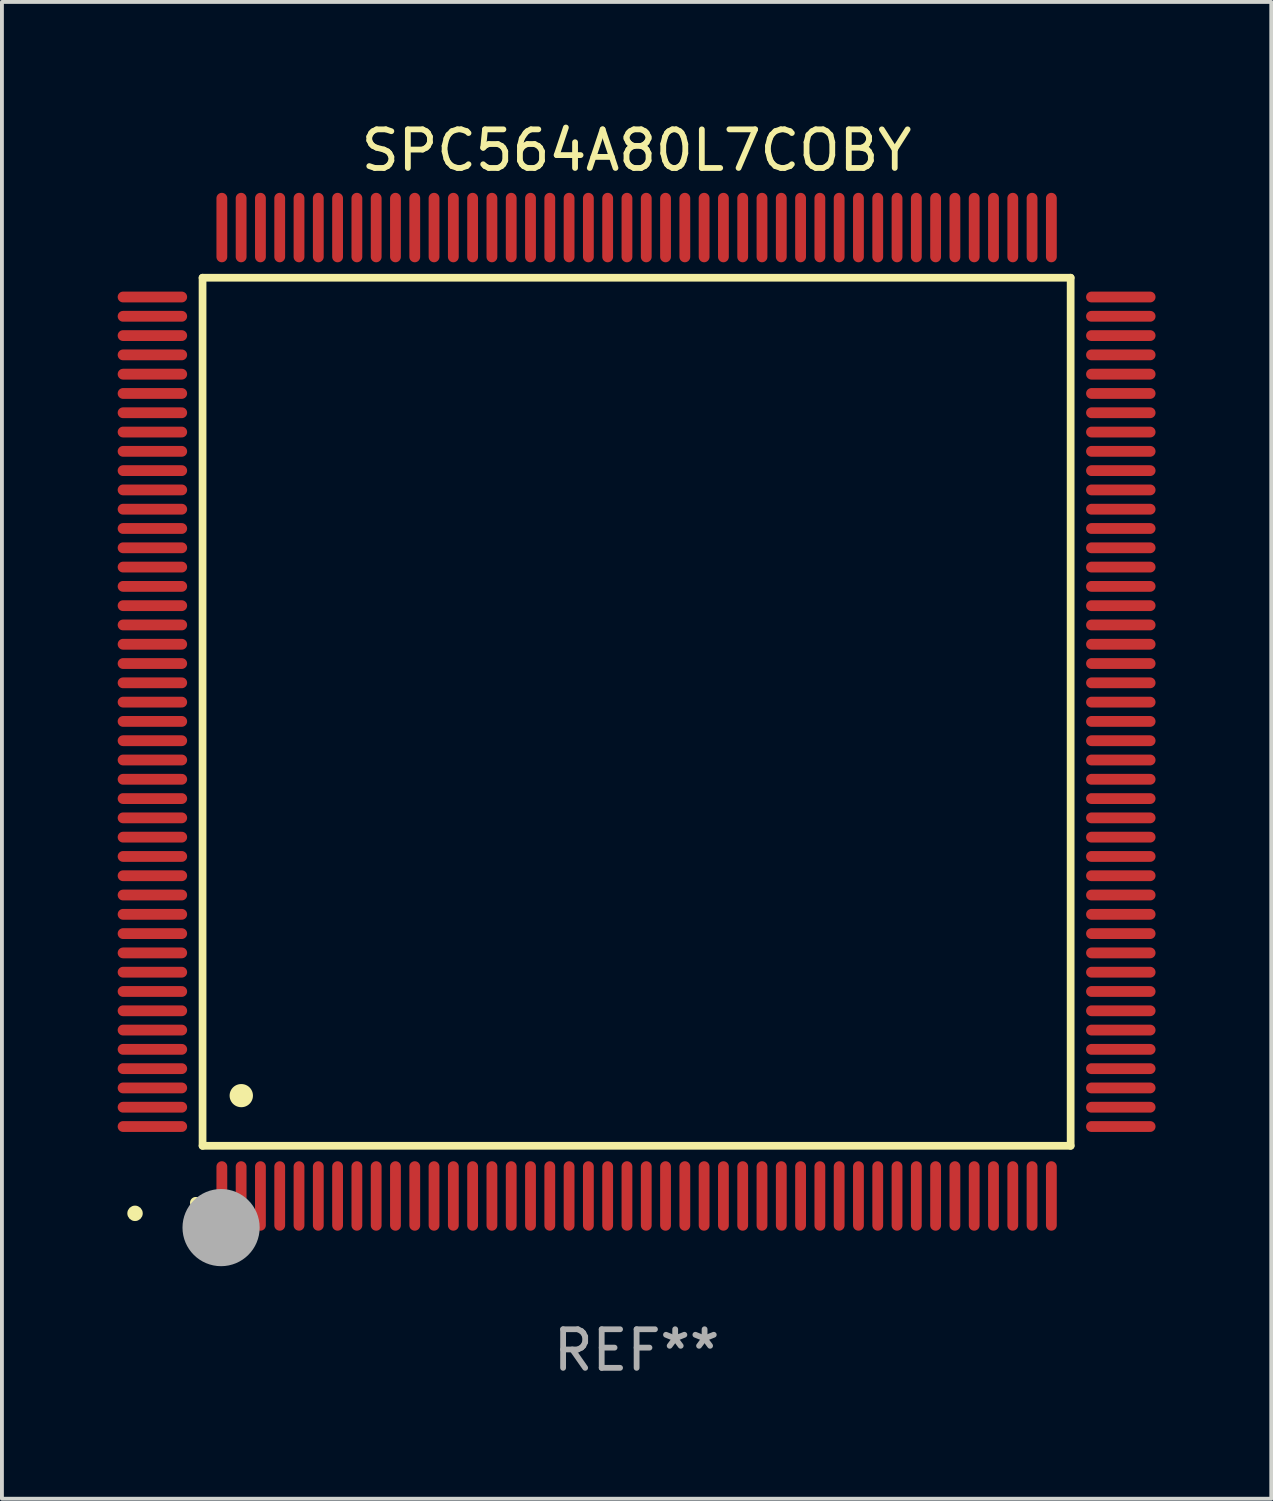
<source format=kicad_pcb>
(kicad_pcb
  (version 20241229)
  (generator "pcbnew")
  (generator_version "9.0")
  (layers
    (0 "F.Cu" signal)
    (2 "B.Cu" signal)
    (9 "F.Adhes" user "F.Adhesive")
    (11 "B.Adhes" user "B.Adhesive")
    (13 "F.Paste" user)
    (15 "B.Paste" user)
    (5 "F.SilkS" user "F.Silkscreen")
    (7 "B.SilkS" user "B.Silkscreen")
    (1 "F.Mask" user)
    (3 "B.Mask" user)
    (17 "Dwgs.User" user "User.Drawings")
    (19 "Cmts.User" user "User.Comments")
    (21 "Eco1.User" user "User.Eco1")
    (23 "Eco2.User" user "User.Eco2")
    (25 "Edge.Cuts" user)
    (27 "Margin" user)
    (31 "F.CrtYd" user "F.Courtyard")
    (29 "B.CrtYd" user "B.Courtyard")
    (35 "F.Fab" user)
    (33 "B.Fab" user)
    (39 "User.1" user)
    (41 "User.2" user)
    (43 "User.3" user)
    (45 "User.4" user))
  (footprint "SPC564A80L7COBY"
    (layer "F.Cu")
    (at 13.45 15.398)
    (property "Reference" "SPC564A80L7COBY" (at 0 -14.55 0) (layer "F.SilkS") (effects (font (size 1 1) (thickness 0.15))))
    (attr through_hole)
    (fp_line (start -11.25 -11.25) (end 11.25 -11.25) (stroke (width 0.2) (type solid)) (layer "F.SilkS"))
    (fp_line (start -11.25 11.25) (end -11.25 -11.25) (stroke (width 0.2) (type solid)) (layer "F.SilkS"))
    (fp_line (start 11.25 -11.25) (end 11.25 11.25) (stroke (width 0.2) (type solid)) (layer "F.SilkS"))
    (fp_line (start 11.25 11.25) (end -11.25 11.25) (stroke (width 0.2) (type solid)) (layer "F.SilkS"))
    (fp_arc (start -11.424943 12.725425) (mid -11.423673 12.72542) (end -11.422403 12.725425) (stroke (width 0.3) (type solid)) (layer "F.SilkS"))
    (fp_arc (start -10.24892 9.9492) (mid -10.24638 9.949189) (end -10.24384 9.9492) (stroke (width 0.6) (type solid)) (layer "F.SilkS"))
    (fp_circle (center -13 13) (end -12.9 13) (stroke (width 0.2) (type solid)) (fill no) (layer "F.SilkS"))
    (fp_circle (center -10.77 13.37) (end -10.27 13.37) (stroke (width 1) (type solid)) (fill no) (layer "F.Fab"))
    (fp_text user "REF**" (at 0 16.55 0) (layer "F.Fab") (effects (font (size 1 1) (thickness 0.15))))
    (pad "1" smd oval (at -10.75 12.55) (size 0.28 1.8) (layers "F.Cu" "F.Mask" "F.Paste"))
    (pad "2" smd oval (at -10.25 12.55) (size 0.28 1.8) (layers "F.Cu" "F.Mask" "F.Paste"))
    (pad "3" smd oval (at -9.75 12.55) (size 0.28 1.8) (layers "F.Cu" "F.Mask" "F.Paste"))
    (pad "4" smd oval (at -9.25 12.55) (size 0.28 1.8) (layers "F.Cu" "F.Mask" "F.Paste"))
    (pad "5" smd oval (at -8.75 12.55) (size 0.28 1.8) (layers "F.Cu" "F.Mask" "F.Paste"))
    (pad "6" smd oval (at -8.25 12.55) (size 0.28 1.8) (layers "F.Cu" "F.Mask" "F.Paste"))
    (pad "7" smd oval (at -7.75 12.55) (size 0.28 1.8) (layers "F.Cu" "F.Mask" "F.Paste"))
    (pad "8" smd oval (at -7.25 12.55) (size 0.28 1.8) (layers "F.Cu" "F.Mask" "F.Paste"))
    (pad "9" smd oval (at -6.75 12.55) (size 0.28 1.8) (layers "F.Cu" "F.Mask" "F.Paste"))
    (pad "10" smd oval (at -6.25 12.55) (size 0.28 1.8) (layers "F.Cu" "F.Mask" "F.Paste"))
    (pad "11" smd oval (at -5.75 12.55) (size 0.28 1.8) (layers "F.Cu" "F.Mask" "F.Paste"))
    (pad "12" smd oval (at -5.25 12.55) (size 0.28 1.8) (layers "F.Cu" "F.Mask" "F.Paste"))
    (pad "13" smd oval (at -4.75 12.55) (size 0.28 1.8) (layers "F.Cu" "F.Mask" "F.Paste"))
    (pad "14" smd oval (at -4.25 12.55) (size 0.28 1.8) (layers "F.Cu" "F.Mask" "F.Paste"))
    (pad "15" smd oval (at -3.75 12.55) (size 0.28 1.8) (layers "F.Cu" "F.Mask" "F.Paste"))
    (pad "16" smd oval (at -3.25 12.55) (size 0.28 1.8) (layers "F.Cu" "F.Mask" "F.Paste"))
    (pad "17" smd oval (at -2.75 12.55) (size 0.28 1.8) (layers "F.Cu" "F.Mask" "F.Paste"))
    (pad "18" smd oval (at -2.25 12.55) (size 0.28 1.8) (layers "F.Cu" "F.Mask" "F.Paste"))
    (pad "19" smd oval (at -1.75 12.55) (size 0.28 1.8) (layers "F.Cu" "F.Mask" "F.Paste"))
    (pad "20" smd oval (at -1.25 12.55) (size 0.28 1.8) (layers "F.Cu" "F.Mask" "F.Paste"))
    (pad "21" smd oval (at -0.75 12.55) (size 0.28 1.8) (layers "F.Cu" "F.Mask" "F.Paste"))
    (pad "22" smd oval (at -0.25 12.55) (size 0.28 1.8) (layers "F.Cu" "F.Mask" "F.Paste"))
    (pad "23" smd oval (at 0.25 12.55) (size 0.28 1.8) (layers "F.Cu" "F.Mask" "F.Paste"))
    (pad "24" smd oval (at 0.75 12.55) (size 0.28 1.8) (layers "F.Cu" "F.Mask" "F.Paste"))
    (pad "25" smd oval (at 1.25 12.55) (size 0.28 1.8) (layers "F.Cu" "F.Mask" "F.Paste"))
    (pad "26" smd oval (at 1.75 12.55) (size 0.28 1.8) (layers "F.Cu" "F.Mask" "F.Paste"))
    (pad "27" smd oval (at 2.25 12.55) (size 0.28 1.8) (layers "F.Cu" "F.Mask" "F.Paste"))
    (pad "28" smd oval (at 2.75 12.55) (size 0.28 1.8) (layers "F.Cu" "F.Mask" "F.Paste"))
    (pad "29" smd oval (at 3.25 12.55) (size 0.28 1.8) (layers "F.Cu" "F.Mask" "F.Paste"))
    (pad "30" smd oval (at 3.75 12.55) (size 0.28 1.8) (layers "F.Cu" "F.Mask" "F.Paste"))
    (pad "31" smd oval (at 4.25 12.55) (size 0.28 1.8) (layers "F.Cu" "F.Mask" "F.Paste"))
    (pad "32" smd oval (at 4.75 12.55) (size 0.28 1.8) (layers "F.Cu" "F.Mask" "F.Paste"))
    (pad "33" smd oval (at 5.25 12.55) (size 0.28 1.8) (layers "F.Cu" "F.Mask" "F.Paste"))
    (pad "34" smd oval (at 5.75 12.55) (size 0.28 1.8) (layers "F.Cu" "F.Mask" "F.Paste"))
    (pad "35" smd oval (at 6.25 12.55) (size 0.28 1.8) (layers "F.Cu" "F.Mask" "F.Paste"))
    (pad "36" smd oval (at 6.75 12.55) (size 0.28 1.8) (layers "F.Cu" "F.Mask" "F.Paste"))
    (pad "37" smd oval (at 7.25 12.55) (size 0.28 1.8) (layers "F.Cu" "F.Mask" "F.Paste"))
    (pad "38" smd oval (at 7.75 12.55) (size 0.28 1.8) (layers "F.Cu" "F.Mask" "F.Paste"))
    (pad "39" smd oval (at 8.25 12.55) (size 0.28 1.8) (layers "F.Cu" "F.Mask" "F.Paste"))
    (pad "40" smd oval (at 8.75 12.55) (size 0.28 1.8) (layers "F.Cu" "F.Mask" "F.Paste"))
    (pad "41" smd oval (at 9.25 12.55) (size 0.28 1.8) (layers "F.Cu" "F.Mask" "F.Paste"))
    (pad "42" smd oval (at 9.75 12.55) (size 0.28 1.8) (layers "F.Cu" "F.Mask" "F.Paste"))
    (pad "43" smd oval (at 10.25 12.55) (size 0.28 1.8) (layers "F.Cu" "F.Mask" "F.Paste"))
    (pad "44" smd oval (at 10.75 12.55) (size 0.28 1.8) (layers "F.Cu" "F.Mask" "F.Paste"))
    (pad "45" smd oval (at 12.55 10.75) (size 1.8 0.28) (layers "F.Cu" "F.Mask" "F.Paste"))
    (pad "46" smd oval (at 12.55 10.25) (size 1.8 0.28) (layers "F.Cu" "F.Mask" "F.Paste"))
    (pad "47" smd oval (at 12.55 9.75) (size 1.8 0.28) (layers "F.Cu" "F.Mask" "F.Paste"))
    (pad "48" smd oval (at 12.55 9.25) (size 1.8 0.28) (layers "F.Cu" "F.Mask" "F.Paste"))
    (pad "49" smd oval (at 12.55 8.75) (size 1.8 0.28) (layers "F.Cu" "F.Mask" "F.Paste"))
    (pad "50" smd oval (at 12.55 8.25) (size 1.8 0.28) (layers "F.Cu" "F.Mask" "F.Paste"))
    (pad "51" smd oval (at 12.55 7.75) (size 1.8 0.28) (layers "F.Cu" "F.Mask" "F.Paste"))
    (pad "52" smd oval (at 12.55 7.25) (size 1.8 0.28) (layers "F.Cu" "F.Mask" "F.Paste"))
    (pad "53" smd oval (at 12.55 6.75) (size 1.8 0.28) (layers "F.Cu" "F.Mask" "F.Paste"))
    (pad "54" smd oval (at 12.55 6.25) (size 1.8 0.28) (layers "F.Cu" "F.Mask" "F.Paste"))
    (pad "55" smd oval (at 12.55 5.75) (size 1.8 0.28) (layers "F.Cu" "F.Mask" "F.Paste"))
    (pad "56" smd oval (at 12.55 5.25) (size 1.8 0.28) (layers "F.Cu" "F.Mask" "F.Paste"))
    (pad "57" smd oval (at 12.55 4.75) (size 1.8 0.28) (layers "F.Cu" "F.Mask" "F.Paste"))
    (pad "58" smd oval (at 12.55 4.25) (size 1.8 0.28) (layers "F.Cu" "F.Mask" "F.Paste"))
    (pad "59" smd oval (at 12.55 3.75) (size 1.8 0.28) (layers "F.Cu" "F.Mask" "F.Paste"))
    (pad "60" smd oval (at 12.55 3.25) (size 1.8 0.28) (layers "F.Cu" "F.Mask" "F.Paste"))
    (pad "61" smd oval (at 12.55 2.75) (size 1.8 0.28) (layers "F.Cu" "F.Mask" "F.Paste"))
    (pad "62" smd oval (at 12.55 2.25) (size 1.8 0.28) (layers "F.Cu" "F.Mask" "F.Paste"))
    (pad "63" smd oval (at 12.55 1.75) (size 1.8 0.28) (layers "F.Cu" "F.Mask" "F.Paste"))
    (pad "64" smd oval (at 12.55 1.25) (size 1.8 0.28) (layers "F.Cu" "F.Mask" "F.Paste"))
    (pad "65" smd oval (at 12.55 0.75) (size 1.8 0.28) (layers "F.Cu" "F.Mask" "F.Paste"))
    (pad "66" smd oval (at 12.55 0.25) (size 1.8 0.28) (layers "F.Cu" "F.Mask" "F.Paste"))
    (pad "67" smd oval (at 12.55 -0.25) (size 1.8 0.28) (layers "F.Cu" "F.Mask" "F.Paste"))
    (pad "68" smd oval (at 12.55 -0.75) (size 1.8 0.28) (layers "F.Cu" "F.Mask" "F.Paste"))
    (pad "69" smd oval (at 12.55 -1.25) (size 1.8 0.28) (layers "F.Cu" "F.Mask" "F.Paste"))
    (pad "70" smd oval (at 12.55 -1.75) (size 1.8 0.28) (layers "F.Cu" "F.Mask" "F.Paste"))
    (pad "71" smd oval (at 12.55 -2.25) (size 1.8 0.28) (layers "F.Cu" "F.Mask" "F.Paste"))
    (pad "72" smd oval (at 12.55 -2.75) (size 1.8 0.28) (layers "F.Cu" "F.Mask" "F.Paste"))
    (pad "73" smd oval (at 12.55 -3.25) (size 1.8 0.28) (layers "F.Cu" "F.Mask" "F.Paste"))
    (pad "74" smd oval (at 12.55 -3.75) (size 1.8 0.28) (layers "F.Cu" "F.Mask" "F.Paste"))
    (pad "75" smd oval (at 12.55 -4.25) (size 1.8 0.28) (layers "F.Cu" "F.Mask" "F.Paste"))
    (pad "76" smd oval (at 12.55 -4.75) (size 1.8 0.28) (layers "F.Cu" "F.Mask" "F.Paste"))
    (pad "77" smd oval (at 12.55 -5.25) (size 1.8 0.28) (layers "F.Cu" "F.Mask" "F.Paste"))
    (pad "78" smd oval (at 12.55 -5.75) (size 1.8 0.28) (layers "F.Cu" "F.Mask" "F.Paste"))
    (pad "79" smd oval (at 12.55 -6.25) (size 1.8 0.28) (layers "F.Cu" "F.Mask" "F.Paste"))
    (pad "80" smd oval (at 12.55 -6.75) (size 1.8 0.28) (layers "F.Cu" "F.Mask" "F.Paste"))
    (pad "81" smd oval (at 12.55 -7.25) (size 1.8 0.28) (layers "F.Cu" "F.Mask" "F.Paste"))
    (pad "82" smd oval (at 12.55 -7.75) (size 1.8 0.28) (layers "F.Cu" "F.Mask" "F.Paste"))
    (pad "83" smd oval (at 12.55 -8.25) (size 1.8 0.28) (layers "F.Cu" "F.Mask" "F.Paste"))
    (pad "84" smd oval (at 12.55 -8.75) (size 1.8 0.28) (layers "F.Cu" "F.Mask" "F.Paste"))
    (pad "85" smd oval (at 12.55 -9.25) (size 1.8 0.28) (layers "F.Cu" "F.Mask" "F.Paste"))
    (pad "86" smd oval (at 12.55 -9.75) (size 1.8 0.28) (layers "F.Cu" "F.Mask" "F.Paste"))
    (pad "87" smd oval (at 12.55 -10.25) (size 1.8 0.28) (layers "F.Cu" "F.Mask" "F.Paste"))
    (pad "88" smd oval (at 12.55 -10.75) (size 1.8 0.28) (layers "F.Cu" "F.Mask" "F.Paste"))
    (pad "89" smd oval (at 10.75 -12.55) (size 0.28 1.8) (layers "F.Cu" "F.Mask" "F.Paste"))
    (pad "90" smd oval (at 10.25 -12.55) (size 0.28 1.8) (layers "F.Cu" "F.Mask" "F.Paste"))
    (pad "91" smd oval (at 9.75 -12.55) (size 0.28 1.8) (layers "F.Cu" "F.Mask" "F.Paste"))
    (pad "92" smd oval (at 9.25 -12.55) (size 0.28 1.8) (layers "F.Cu" "F.Mask" "F.Paste"))
    (pad "93" smd oval (at 8.75 -12.55) (size 0.28 1.8) (layers "F.Cu" "F.Mask" "F.Paste"))
    (pad "94" smd oval (at 8.25 -12.55) (size 0.28 1.8) (layers "F.Cu" "F.Mask" "F.Paste"))
    (pad "95" smd oval (at 7.75 -12.55) (size 0.28 1.8) (layers "F.Cu" "F.Mask" "F.Paste"))
    (pad "96" smd oval (at 7.25 -12.55) (size 0.28 1.8) (layers "F.Cu" "F.Mask" "F.Paste"))
    (pad "97" smd oval (at 6.75 -12.55) (size 0.28 1.8) (layers "F.Cu" "F.Mask" "F.Paste"))
    (pad "98" smd oval (at 6.25 -12.55) (size 0.28 1.8) (layers "F.Cu" "F.Mask" "F.Paste"))
    (pad "99" smd oval (at 5.75 -12.55) (size 0.28 1.8) (layers "F.Cu" "F.Mask" "F.Paste"))
    (pad "100" smd oval (at 5.25 -12.55) (size 0.28 1.8) (layers "F.Cu" "F.Mask" "F.Paste"))
    (pad "101" smd oval (at 4.75 -12.55) (size 0.28 1.8) (layers "F.Cu" "F.Mask" "F.Paste"))
    (pad "102" smd oval (at 4.25 -12.55) (size 0.28 1.8) (layers "F.Cu" "F.Mask" "F.Paste"))
    (pad "103" smd oval (at 3.75 -12.55) (size 0.28 1.8) (layers "F.Cu" "F.Mask" "F.Paste"))
    (pad "104" smd oval (at 3.25 -12.55) (size 0.28 1.8) (layers "F.Cu" "F.Mask" "F.Paste"))
    (pad "105" smd oval (at 2.75 -12.55) (size 0.28 1.8) (layers "F.Cu" "F.Mask" "F.Paste"))
    (pad "106" smd oval (at 2.25 -12.55) (size 0.28 1.8) (layers "F.Cu" "F.Mask" "F.Paste"))
    (pad "107" smd oval (at 1.75 -12.55) (size 0.28 1.8) (layers "F.Cu" "F.Mask" "F.Paste"))
    (pad "108" smd oval (at 1.25 -12.55) (size 0.28 1.8) (layers "F.Cu" "F.Mask" "F.Paste"))
    (pad "109" smd oval (at 0.75 -12.55) (size 0.28 1.8) (layers "F.Cu" "F.Mask" "F.Paste"))
    (pad "110" smd oval (at 0.25 -12.55) (size 0.28 1.8) (layers "F.Cu" "F.Mask" "F.Paste"))
    (pad "111" smd oval (at -0.25 -12.55) (size 0.28 1.8) (layers "F.Cu" "F.Mask" "F.Paste"))
    (pad "112" smd oval (at -0.75 -12.55) (size 0.28 1.8) (layers "F.Cu" "F.Mask" "F.Paste"))
    (pad "113" smd oval (at -1.25 -12.55) (size 0.28 1.8) (layers "F.Cu" "F.Mask" "F.Paste"))
    (pad "114" smd oval (at -1.75 -12.55) (size 0.28 1.8) (layers "F.Cu" "F.Mask" "F.Paste"))
    (pad "115" smd oval (at -2.25 -12.55) (size 0.28 1.8) (layers "F.Cu" "F.Mask" "F.Paste"))
    (pad "116" smd oval (at -2.75 -12.55) (size 0.28 1.8) (layers "F.Cu" "F.Mask" "F.Paste"))
    (pad "117" smd oval (at -3.25 -12.55) (size 0.28 1.8) (layers "F.Cu" "F.Mask" "F.Paste"))
    (pad "118" smd oval (at -3.75 -12.55) (size 0.28 1.8) (layers "F.Cu" "F.Mask" "F.Paste"))
    (pad "119" smd oval (at -4.25 -12.55) (size 0.28 1.8) (layers "F.Cu" "F.Mask" "F.Paste"))
    (pad "120" smd oval (at -4.75 -12.55) (size 0.28 1.8) (layers "F.Cu" "F.Mask" "F.Paste"))
    (pad "121" smd oval (at -5.25 -12.55) (size 0.28 1.8) (layers "F.Cu" "F.Mask" "F.Paste"))
    (pad "122" smd oval (at -5.75 -12.55) (size 0.28 1.8) (layers "F.Cu" "F.Mask" "F.Paste"))
    (pad "123" smd oval (at -6.25 -12.55) (size 0.28 1.8) (layers "F.Cu" "F.Mask" "F.Paste"))
    (pad "124" smd oval (at -6.75 -12.55) (size 0.28 1.8) (layers "F.Cu" "F.Mask" "F.Paste"))
    (pad "125" smd oval (at -7.25 -12.55) (size 0.28 1.8) (layers "F.Cu" "F.Mask" "F.Paste"))
    (pad "126" smd oval (at -7.75 -12.55) (size 0.28 1.8) (layers "F.Cu" "F.Mask" "F.Paste"))
    (pad "127" smd oval (at -8.25 -12.55) (size 0.28 1.8) (layers "F.Cu" "F.Mask" "F.Paste"))
    (pad "128" smd oval (at -8.75 -12.55) (size 0.28 1.8) (layers "F.Cu" "F.Mask" "F.Paste"))
    (pad "129" smd oval (at -9.25 -12.55) (size 0.28 1.8) (layers "F.Cu" "F.Mask" "F.Paste"))
    (pad "130" smd oval (at -9.75 -12.55) (size 0.28 1.8) (layers "F.Cu" "F.Mask" "F.Paste"))
    (pad "131" smd oval (at -10.25 -12.55) (size 0.28 1.8) (layers "F.Cu" "F.Mask" "F.Paste"))
    (pad "132" smd oval (at -10.75 -12.55) (size 0.28 1.8) (layers "F.Cu" "F.Mask" "F.Paste"))
    (pad "133" smd oval (at -12.55 -10.75) (size 1.8 0.28) (layers "F.Cu" "F.Mask" "F.Paste"))
    (pad "134" smd oval (at -12.55 -10.25) (size 1.8 0.28) (layers "F.Cu" "F.Mask" "F.Paste"))
    (pad "135" smd oval (at -12.55 -9.75) (size 1.8 0.28) (layers "F.Cu" "F.Mask" "F.Paste"))
    (pad "136" smd oval (at -12.55 -9.25) (size 1.8 0.28) (layers "F.Cu" "F.Mask" "F.Paste"))
    (pad "137" smd oval (at -12.55 -8.75) (size 1.8 0.28) (layers "F.Cu" "F.Mask" "F.Paste"))
    (pad "138" smd oval (at -12.55 -8.25) (size 1.8 0.28) (layers "F.Cu" "F.Mask" "F.Paste"))
    (pad "139" smd oval (at -12.55 -7.75) (size 1.8 0.28) (layers "F.Cu" "F.Mask" "F.Paste"))
    (pad "140" smd oval (at -12.55 -7.25) (size 1.8 0.28) (layers "F.Cu" "F.Mask" "F.Paste"))
    (pad "141" smd oval (at -12.55 -6.75) (size 1.8 0.28) (layers "F.Cu" "F.Mask" "F.Paste"))
    (pad "142" smd oval (at -12.55 -6.25) (size 1.8 0.28) (layers "F.Cu" "F.Mask" "F.Paste"))
    (pad "143" smd oval (at -12.55 -5.75) (size 1.8 0.28) (layers "F.Cu" "F.Mask" "F.Paste"))
    (pad "144" smd oval (at -12.55 -5.25) (size 1.8 0.28) (layers "F.Cu" "F.Mask" "F.Paste"))
    (pad "145" smd oval (at -12.55 -4.75) (size 1.8 0.28) (layers "F.Cu" "F.Mask" "F.Paste"))
    (pad "146" smd oval (at -12.55 -4.25) (size 1.8 0.28) (layers "F.Cu" "F.Mask" "F.Paste"))
    (pad "147" smd oval (at -12.55 -3.75) (size 1.8 0.28) (layers "F.Cu" "F.Mask" "F.Paste"))
    (pad "148" smd oval (at -12.55 -3.25) (size 1.8 0.28) (layers "F.Cu" "F.Mask" "F.Paste"))
    (pad "149" smd oval (at -12.55 -2.75) (size 1.8 0.28) (layers "F.Cu" "F.Mask" "F.Paste"))
    (pad "150" smd oval (at -12.55 -2.25) (size 1.8 0.28) (layers "F.Cu" "F.Mask" "F.Paste"))
    (pad "151" smd oval (at -12.55 -1.75) (size 1.8 0.28) (layers "F.Cu" "F.Mask" "F.Paste"))
    (pad "152" smd oval (at -12.55 -1.25) (size 1.8 0.28) (layers "F.Cu" "F.Mask" "F.Paste"))
    (pad "153" smd oval (at -12.55 -0.75) (size 1.8 0.28) (layers "F.Cu" "F.Mask" "F.Paste"))
    (pad "154" smd oval (at -12.55 -0.25) (size 1.8 0.28) (layers "F.Cu" "F.Mask" "F.Paste"))
    (pad "155" smd oval (at -12.55 0.25) (size 1.8 0.28) (layers "F.Cu" "F.Mask" "F.Paste"))
    (pad "156" smd oval (at -12.55 0.75) (size 1.8 0.28) (layers "F.Cu" "F.Mask" "F.Paste"))
    (pad "157" smd oval (at -12.55 1.25) (size 1.8 0.28) (layers "F.Cu" "F.Mask" "F.Paste"))
    (pad "158" smd oval (at -12.55 1.75) (size 1.8 0.28) (layers "F.Cu" "F.Mask" "F.Paste"))
    (pad "159" smd oval (at -12.55 2.25) (size 1.8 0.28) (layers "F.Cu" "F.Mask" "F.Paste"))
    (pad "160" smd oval (at -12.55 2.75) (size 1.8 0.28) (layers "F.Cu" "F.Mask" "F.Paste"))
    (pad "161" smd oval (at -12.55 3.25) (size 1.8 0.28) (layers "F.Cu" "F.Mask" "F.Paste"))
    (pad "162" smd oval (at -12.55 3.75) (size 1.8 0.28) (layers "F.Cu" "F.Mask" "F.Paste"))
    (pad "163" smd oval (at -12.55 4.25) (size 1.8 0.28) (layers "F.Cu" "F.Mask" "F.Paste"))
    (pad "164" smd oval (at -12.55 4.75) (size 1.8 0.28) (layers "F.Cu" "F.Mask" "F.Paste"))
    (pad "165" smd oval (at -12.55 5.25) (size 1.8 0.28) (layers "F.Cu" "F.Mask" "F.Paste"))
    (pad "166" smd oval (at -12.55 5.75) (size 1.8 0.28) (layers "F.Cu" "F.Mask" "F.Paste"))
    (pad "167" smd oval (at -12.55 6.25) (size 1.8 0.28) (layers "F.Cu" "F.Mask" "F.Paste"))
    (pad "168" smd oval (at -12.55 6.75) (size 1.8 0.28) (layers "F.Cu" "F.Mask" "F.Paste"))
    (pad "169" smd oval (at -12.55 7.25) (size 1.8 0.28) (layers "F.Cu" "F.Mask" "F.Paste"))
    (pad "170" smd oval (at -12.55 7.75) (size 1.8 0.28) (layers "F.Cu" "F.Mask" "F.Paste"))
    (pad "171" smd oval (at -12.55 8.25) (size 1.8 0.28) (layers "F.Cu" "F.Mask" "F.Paste"))
    (pad "172" smd oval (at -12.55 8.75) (size 1.8 0.28) (layers "F.Cu" "F.Mask" "F.Paste"))
    (pad "173" smd oval (at -12.55 9.25) (size 1.8 0.28) (layers "F.Cu" "F.Mask" "F.Paste"))
    (pad "174" smd oval (at -12.55 9.75) (size 1.8 0.28) (layers "F.Cu" "F.Mask" "F.Paste"))
    (pad "175" smd oval (at -12.55 10.25) (size 1.8 0.28) (layers "F.Cu" "F.Mask" "F.Paste"))
    (pad "176" smd oval (at -12.55 10.75) (size 1.8 0.28) (layers "F.Cu" "F.Mask" "F.Paste")))
  (gr_rect
    (start -3 -3)
    (end 29.9 35.796)
    (stroke (width 0.1) (type default))
    (fill no)
    (layer "Edge.Cuts")))
</source>
